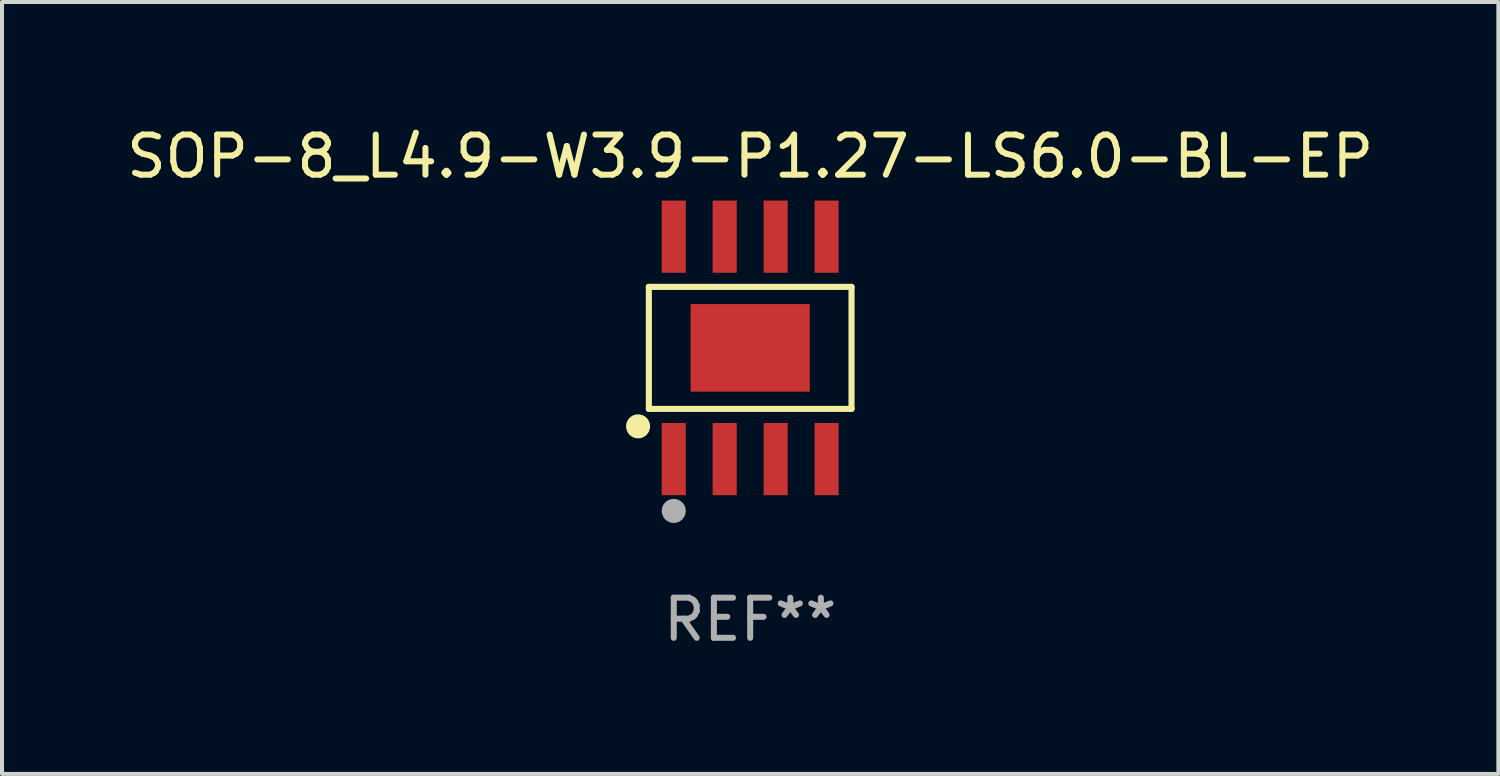
<source format=kicad_pcb>
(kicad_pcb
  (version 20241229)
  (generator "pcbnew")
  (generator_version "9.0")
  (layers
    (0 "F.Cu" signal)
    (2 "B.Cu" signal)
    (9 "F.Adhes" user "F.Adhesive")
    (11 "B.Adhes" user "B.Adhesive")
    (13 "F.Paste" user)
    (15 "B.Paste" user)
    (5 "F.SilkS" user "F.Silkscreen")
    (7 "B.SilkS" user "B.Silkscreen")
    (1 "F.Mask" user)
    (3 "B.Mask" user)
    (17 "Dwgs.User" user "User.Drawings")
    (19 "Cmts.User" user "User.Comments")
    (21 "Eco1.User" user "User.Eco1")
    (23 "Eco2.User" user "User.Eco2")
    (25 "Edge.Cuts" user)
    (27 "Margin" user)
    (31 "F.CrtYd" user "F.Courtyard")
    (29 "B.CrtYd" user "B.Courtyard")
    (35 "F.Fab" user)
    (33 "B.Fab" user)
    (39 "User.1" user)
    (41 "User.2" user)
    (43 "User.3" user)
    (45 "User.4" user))
  (footprint "SOP-8_L4.9-W3.9-P1.27-LS6.0-BL-EP"
    (layer "F.Cu")
    (at 15.649 5.621)
    (property "Reference" "SOP-8_L4.9-W3.9-P1.27-LS6.0-BL-EP" (at 0 -4.772 0) (layer "F.SilkS") (effects (font (size 1 1) (thickness 0.15))))
    (attr through_hole)
    (fp_line (start -2.526 -1.521) (end 2.526 -1.521) (stroke (width 0.152) (type solid)) (layer "F.SilkS"))
    (fp_line (start -2.526 1.521) (end -2.526 -1.521) (stroke (width 0.152) (type solid)) (layer "F.SilkS"))
    (fp_line (start 2.526 -1.521) (end 2.526 1.521) (stroke (width 0.152) (type solid)) (layer "F.SilkS"))
    (fp_line (start 2.526 1.521) (end -2.526 1.521) (stroke (width 0.152) (type solid)) (layer "F.SilkS"))
    (fp_circle (center -2.794 1.956) (end -2.644 1.956) (stroke (width 0.3) (type solid)) (fill no) (layer "F.SilkS"))
    (fp_circle (center -1.905 4.064) (end -1.755 4.064) (stroke (width 0.3) (type solid)) (fill no) (layer "F.Fab"))
    (fp_text user "REF**" (at 0 6.772 0) (layer "F.Fab") (effects (font (size 1 1) (thickness 0.15))))
    (pad "1" smd rect (at -1.905 2.772) (size 0.6 1.8) (layers "F.Cu" "F.Mask" "F.Paste"))
    (pad "2" smd rect (at -0.635 2.772) (size 0.6 1.8) (layers "F.Cu" "F.Mask" "F.Paste"))
    (pad "3" smd rect (at 0.635 2.772) (size 0.6 1.8) (layers "F.Cu" "F.Mask" "F.Paste"))
    (pad "4" smd rect (at 1.905 2.772) (size 0.6 1.8) (layers "F.Cu" "F.Mask" "F.Paste"))
    (pad "5" smd rect (at 1.905 -2.772) (size 0.6 1.8) (layers "F.Cu" "F.Mask" "F.Paste"))
    (pad "6" smd rect (at 0.635 -2.772) (size 0.6 1.8) (layers "F.Cu" "F.Mask" "F.Paste"))
    (pad "7" smd rect (at -0.635 -2.772) (size 0.6 1.8) (layers "F.Cu" "F.Mask" "F.Paste"))
    (pad "8" smd rect (at -1.905 -2.772) (size 0.6 1.8) (layers "F.Cu" "F.Mask" "F.Paste"))
    (pad "9" smd rect (at 0 0) (size 2.971 2.184) (layers "F.Cu" "F.Mask" "F.Paste")))
  (gr_rect
    (start -3 -3)
    (end 34.298 16.241)
    (stroke (width 0.1) (type default))
    (fill no)
    (layer "Edge.Cuts")))
</source>
